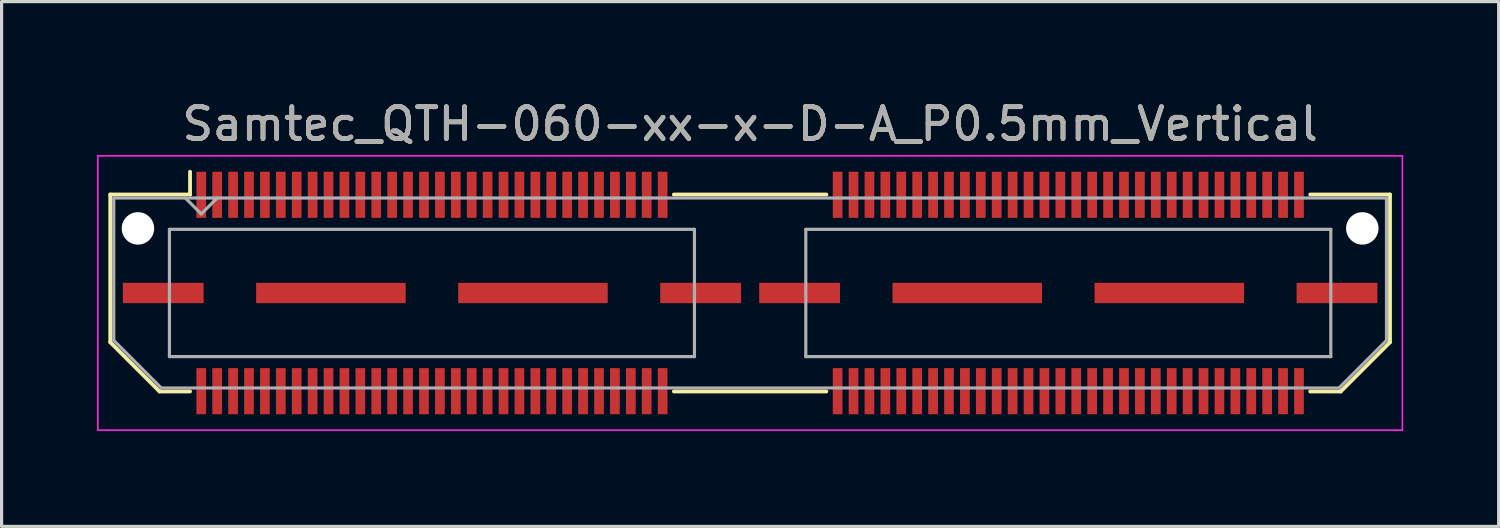
<source format=kicad_pcb>
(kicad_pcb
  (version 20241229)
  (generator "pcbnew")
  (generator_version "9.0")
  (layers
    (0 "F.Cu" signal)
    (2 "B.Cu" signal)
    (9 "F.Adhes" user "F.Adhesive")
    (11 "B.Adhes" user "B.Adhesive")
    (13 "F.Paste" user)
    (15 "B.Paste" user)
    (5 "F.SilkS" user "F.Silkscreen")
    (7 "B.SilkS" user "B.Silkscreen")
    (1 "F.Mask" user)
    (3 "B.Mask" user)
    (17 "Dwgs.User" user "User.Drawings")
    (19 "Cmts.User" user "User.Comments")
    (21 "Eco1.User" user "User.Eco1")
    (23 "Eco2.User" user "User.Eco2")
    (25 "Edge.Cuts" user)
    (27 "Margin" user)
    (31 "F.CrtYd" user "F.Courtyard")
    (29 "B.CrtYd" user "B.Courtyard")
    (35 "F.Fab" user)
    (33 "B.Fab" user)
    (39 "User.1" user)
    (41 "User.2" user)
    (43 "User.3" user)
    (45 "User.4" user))
  (footprint "Samtec_QTH-060-xx-x-D-A_P0.5mm_Vertical"
    (layer "F.Cu")
    (at 20.525 6.158)
    (property "Reference" "Samtec_QTH-060-xx-x-D-A_P0.5mm_Vertical" (at 0 -5.31 0) (layer "F.SilkS") (effects (font (size 1 1) (thickness 0.15))))
    (attr smd)
    (fp_line (start -20.11 -3.095) (end -20.11 1.548) (stroke (width 0.12) (type solid)) (layer "F.SilkS"))
    (fp_line (start -20.11 1.548) (end -18.562 3.095) (stroke (width 0.12) (type solid)) (layer "F.SilkS"))
    (fp_line (start -18.562 3.095) (end -17.602 3.095) (stroke (width 0.12) (type solid)) (layer "F.SilkS"))
    (fp_line (start -17.602 -3.811) (end -17.602 -3.095) (stroke (width 0.12) (type solid)) (layer "F.SilkS"))
    (fp_line (start -17.602 -3.095) (end -20.11 -3.095) (stroke (width 0.12) (type solid)) (layer "F.SilkS"))
    (fp_line (start -2.397 -3.095) (end 2.397 -3.095) (stroke (width 0.12) (type solid)) (layer "F.SilkS"))
    (fp_line (start -2.397 3.095) (end 2.397 3.095) (stroke (width 0.12) (type solid)) (layer "F.SilkS"))
    (fp_line (start 17.602 -3.095) (end 20.11 -3.095) (stroke (width 0.12) (type solid)) (layer "F.SilkS"))
    (fp_line (start 18.562 3.095) (end 17.602 3.095) (stroke (width 0.12) (type solid)) (layer "F.SilkS"))
    (fp_line (start 20.11 -3.095) (end 20.11 1.548) (stroke (width 0.12) (type solid)) (layer "F.SilkS"))
    (fp_line (start 20.11 1.548) (end 18.562 3.095) (stroke (width 0.12) (type solid)) (layer "F.SilkS"))
    (fp_line (start -20.5 -4.31) (end -20.5 4.31) (stroke (width 0.05) (type solid)) (layer "F.CrtYd"))
    (fp_line (start -20.5 4.31) (end 20.5 4.31) (stroke (width 0.05) (type solid)) (layer "F.CrtYd"))
    (fp_line (start 20.5 -4.31) (end -20.5 -4.31) (stroke (width 0.05) (type solid)) (layer "F.CrtYd"))
    (fp_line (start 20.5 4.31) (end 20.5 -4.31) (stroke (width 0.05) (type solid)) (layer "F.CrtYd"))
    (fp_line (start -20 -2.985) (end -20 1.492) (stroke (width 0.1) (type solid)) (layer "F.Fab"))
    (fp_line (start -20 -2.985) (end 20 -2.985) (stroke (width 0.1) (type solid)) (layer "F.Fab"))
    (fp_line (start -20 1.492) (end -18.508 2.985) (stroke (width 0.1) (type solid)) (layer "F.Fab"))
    (fp_line (start -18.508 2.985) (end 18.508 2.985) (stroke (width 0.1) (type solid)) (layer "F.Fab"))
    (fp_line (start -18.25 -2) (end -18.25 2) (stroke (width 0.1) (type solid)) (layer "F.Fab"))
    (fp_line (start -18.25 2) (end -1.75 2) (stroke (width 0.1) (type solid)) (layer "F.Fab"))
    (fp_line (start -17.25 -2.485) (end -17.75 -2.985) (stroke (width 0.1) (type solid)) (layer "F.Fab"))
    (fp_line (start -16.75 -2.985) (end -17.25 -2.485) (stroke (width 0.1) (type solid)) (layer "F.Fab"))
    (fp_line (start -1.75 -2) (end -18.25 -2) (stroke (width 0.1) (type solid)) (layer "F.Fab"))
    (fp_line (start -1.75 2) (end -1.75 -2) (stroke (width 0.1) (type solid)) (layer "F.Fab"))
    (fp_line (start 1.75 -2) (end 1.75 2) (stroke (width 0.1) (type solid)) (layer "F.Fab"))
    (fp_line (start 1.75 2) (end 18.25 2) (stroke (width 0.1) (type solid)) (layer "F.Fab"))
    (fp_line (start 18.25 -2) (end 1.75 -2) (stroke (width 0.1) (type solid)) (layer "F.Fab"))
    (fp_line (start 18.25 2) (end 18.25 -2) (stroke (width 0.1) (type solid)) (layer "F.Fab"))
    (fp_line (start 20 -2.985) (end 20 1.492) (stroke (width 0.1) (type solid)) (layer "F.Fab"))
    (fp_line (start 20 1.492) (end 18.508 2.985) (stroke (width 0.1) (type solid)) (layer "F.Fab"))
    (fp_text user "${REFERENCE}" (at 0 -5.31 0) (layer "F.Fab") (effects (font (size 1 1) (thickness 0.15))))
    (pad "" np_thru_hole circle (at -19.24 -2.03) (size 1.02 1.02) (drill 1.02) (layers "*.Cu" "*.Mask"))
    (pad "" np_thru_hole circle (at 19.24 -2.03) (size 1.02 1.02) (drill 1.02) (layers "*.Cu" "*.Mask"))
    (pad "1" smd rect (at -17.25 -3.086) (size 0.305 1.45) (layers "F.Cu" "F.Mask" "F.Paste"))
    (pad "2" smd rect (at -17.25 3.086) (size 0.305 1.45) (layers "F.Cu" "F.Mask" "F.Paste"))
    (pad "3" smd rect (at -16.75 -3.086) (size 0.305 1.45) (layers "F.Cu" "F.Mask" "F.Paste"))
    (pad "4" smd rect (at -16.75 3.086) (size 0.305 1.45) (layers "F.Cu" "F.Mask" "F.Paste"))
    (pad "5" smd rect (at -16.25 -3.086) (size 0.305 1.45) (layers "F.Cu" "F.Mask" "F.Paste"))
    (pad "6" smd rect (at -16.25 3.086) (size 0.305 1.45) (layers "F.Cu" "F.Mask" "F.Paste"))
    (pad "7" smd rect (at -15.75 -3.086) (size 0.305 1.45) (layers "F.Cu" "F.Mask" "F.Paste"))
    (pad "8" smd rect (at -15.75 3.086) (size 0.305 1.45) (layers "F.Cu" "F.Mask" "F.Paste"))
    (pad "9" smd rect (at -15.25 -3.086) (size 0.305 1.45) (layers "F.Cu" "F.Mask" "F.Paste"))
    (pad "10" smd rect (at -15.25 3.086) (size 0.305 1.45) (layers "F.Cu" "F.Mask" "F.Paste"))
    (pad "11" smd rect (at -14.75 -3.086) (size 0.305 1.45) (layers "F.Cu" "F.Mask" "F.Paste"))
    (pad "12" smd rect (at -14.75 3.086) (size 0.305 1.45) (layers "F.Cu" "F.Mask" "F.Paste"))
    (pad "13" smd rect (at -14.25 -3.086) (size 0.305 1.45) (layers "F.Cu" "F.Mask" "F.Paste"))
    (pad "14" smd rect (at -14.25 3.086) (size 0.305 1.45) (layers "F.Cu" "F.Mask" "F.Paste"))
    (pad "15" smd rect (at -13.75 -3.086) (size 0.305 1.45) (layers "F.Cu" "F.Mask" "F.Paste"))
    (pad "16" smd rect (at -13.75 3.086) (size 0.305 1.45) (layers "F.Cu" "F.Mask" "F.Paste"))
    (pad "17" smd rect (at -13.25 -3.086) (size 0.305 1.45) (layers "F.Cu" "F.Mask" "F.Paste"))
    (pad "18" smd rect (at -13.25 3.086) (size 0.305 1.45) (layers "F.Cu" "F.Mask" "F.Paste"))
    (pad "19" smd rect (at -12.75 -3.086) (size 0.305 1.45) (layers "F.Cu" "F.Mask" "F.Paste"))
    (pad "20" smd rect (at -12.75 3.086) (size 0.305 1.45) (layers "F.Cu" "F.Mask" "F.Paste"))
    (pad "21" smd rect (at -12.25 -3.086) (size 0.305 1.45) (layers "F.Cu" "F.Mask" "F.Paste"))
    (pad "22" smd rect (at -12.25 3.086) (size 0.305 1.45) (layers "F.Cu" "F.Mask" "F.Paste"))
    (pad "23" smd rect (at -11.75 -3.086) (size 0.305 1.45) (layers "F.Cu" "F.Mask" "F.Paste"))
    (pad "24" smd rect (at -11.75 3.086) (size 0.305 1.45) (layers "F.Cu" "F.Mask" "F.Paste"))
    (pad "25" smd rect (at -11.25 -3.086) (size 0.305 1.45) (layers "F.Cu" "F.Mask" "F.Paste"))
    (pad "26" smd rect (at -11.25 3.086) (size 0.305 1.45) (layers "F.Cu" "F.Mask" "F.Paste"))
    (pad "27" smd rect (at -10.75 -3.086) (size 0.305 1.45) (layers "F.Cu" "F.Mask" "F.Paste"))
    (pad "28" smd rect (at -10.75 3.086) (size 0.305 1.45) (layers "F.Cu" "F.Mask" "F.Paste"))
    (pad "29" smd rect (at -10.25 -3.086) (size 0.305 1.45) (layers "F.Cu" "F.Mask" "F.Paste"))
    (pad "30" smd rect (at -10.25 3.086) (size 0.305 1.45) (layers "F.Cu" "F.Mask" "F.Paste"))
    (pad "31" smd rect (at -9.75 -3.086) (size 0.305 1.45) (layers "F.Cu" "F.Mask" "F.Paste"))
    (pad "32" smd rect (at -9.75 3.086) (size 0.305 1.45) (layers "F.Cu" "F.Mask" "F.Paste"))
    (pad "33" smd rect (at -9.25 -3.086) (size 0.305 1.45) (layers "F.Cu" "F.Mask" "F.Paste"))
    (pad "34" smd rect (at -9.25 3.086) (size 0.305 1.45) (layers "F.Cu" "F.Mask" "F.Paste"))
    (pad "35" smd rect (at -8.75 -3.086) (size 0.305 1.45) (layers "F.Cu" "F.Mask" "F.Paste"))
    (pad "36" smd rect (at -8.75 3.086) (size 0.305 1.45) (layers "F.Cu" "F.Mask" "F.Paste"))
    (pad "37" smd rect (at -8.25 -3.086) (size 0.305 1.45) (layers "F.Cu" "F.Mask" "F.Paste"))
    (pad "38" smd rect (at -8.25 3.086) (size 0.305 1.45) (layers "F.Cu" "F.Mask" "F.Paste"))
    (pad "39" smd rect (at -7.75 -3.086) (size 0.305 1.45) (layers "F.Cu" "F.Mask" "F.Paste"))
    (pad "40" smd rect (at -7.75 3.086) (size 0.305 1.45) (layers "F.Cu" "F.Mask" "F.Paste"))
    (pad "41" smd rect (at -7.25 -3.086) (size 0.305 1.45) (layers "F.Cu" "F.Mask" "F.Paste"))
    (pad "42" smd rect (at -7.25 3.086) (size 0.305 1.45) (layers "F.Cu" "F.Mask" "F.Paste"))
    (pad "43" smd rect (at -6.75 -3.086) (size 0.305 1.45) (layers "F.Cu" "F.Mask" "F.Paste"))
    (pad "44" smd rect (at -6.75 3.086) (size 0.305 1.45) (layers "F.Cu" "F.Mask" "F.Paste"))
    (pad "45" smd rect (at -6.25 -3.086) (size 0.305 1.45) (layers "F.Cu" "F.Mask" "F.Paste"))
    (pad "46" smd rect (at -6.25 3.086) (size 0.305 1.45) (layers "F.Cu" "F.Mask" "F.Paste"))
    (pad "47" smd rect (at -5.75 -3.086) (size 0.305 1.45) (layers "F.Cu" "F.Mask" "F.Paste"))
    (pad "48" smd rect (at -5.75 3.086) (size 0.305 1.45) (layers "F.Cu" "F.Mask" "F.Paste"))
    (pad "49" smd rect (at -5.25 -3.086) (size 0.305 1.45) (layers "F.Cu" "F.Mask" "F.Paste"))
    (pad "50" smd rect (at -5.25 3.086) (size 0.305 1.45) (layers "F.Cu" "F.Mask" "F.Paste"))
    (pad "51" smd rect (at -4.75 -3.086) (size 0.305 1.45) (layers "F.Cu" "F.Mask" "F.Paste"))
    (pad "52" smd rect (at -4.75 3.086) (size 0.305 1.45) (layers "F.Cu" "F.Mask" "F.Paste"))
    (pad "53" smd rect (at -4.25 -3.086) (size 0.305 1.45) (layers "F.Cu" "F.Mask" "F.Paste"))
    (pad "54" smd rect (at -4.25 3.086) (size 0.305 1.45) (layers "F.Cu" "F.Mask" "F.Paste"))
    (pad "55" smd rect (at -3.75 -3.086) (size 0.305 1.45) (layers "F.Cu" "F.Mask" "F.Paste"))
    (pad "56" smd rect (at -3.75 3.086) (size 0.305 1.45) (layers "F.Cu" "F.Mask" "F.Paste"))
    (pad "57" smd rect (at -3.25 -3.086) (size 0.305 1.45) (layers "F.Cu" "F.Mask" "F.Paste"))
    (pad "58" smd rect (at -3.25 3.086) (size 0.305 1.45) (layers "F.Cu" "F.Mask" "F.Paste"))
    (pad "59" smd rect (at -2.75 -3.086) (size 0.305 1.45) (layers "F.Cu" "F.Mask" "F.Paste"))
    (pad "60" smd rect (at -2.75 3.086) (size 0.305 1.45) (layers "F.Cu" "F.Mask" "F.Paste"))
    (pad "61" smd rect (at 2.75 -3.086) (size 0.305 1.45) (layers "F.Cu" "F.Mask" "F.Paste"))
    (pad "62" smd rect (at 2.75 3.086) (size 0.305 1.45) (layers "F.Cu" "F.Mask" "F.Paste"))
    (pad "63" smd rect (at 3.25 -3.086) (size 0.305 1.45) (layers "F.Cu" "F.Mask" "F.Paste"))
    (pad "64" smd rect (at 3.25 3.086) (size 0.305 1.45) (layers "F.Cu" "F.Mask" "F.Paste"))
    (pad "65" smd rect (at 3.75 -3.086) (size 0.305 1.45) (layers "F.Cu" "F.Mask" "F.Paste"))
    (pad "66" smd rect (at 3.75 3.086) (size 0.305 1.45) (layers "F.Cu" "F.Mask" "F.Paste"))
    (pad "67" smd rect (at 4.25 -3.086) (size 0.305 1.45) (layers "F.Cu" "F.Mask" "F.Paste"))
    (pad "68" smd rect (at 4.25 3.086) (size 0.305 1.45) (layers "F.Cu" "F.Mask" "F.Paste"))
    (pad "69" smd rect (at 4.75 -3.086) (size 0.305 1.45) (layers "F.Cu" "F.Mask" "F.Paste"))
    (pad "70" smd rect (at 4.75 3.086) (size 0.305 1.45) (layers "F.Cu" "F.Mask" "F.Paste"))
    (pad "71" smd rect (at 5.25 -3.086) (size 0.305 1.45) (layers "F.Cu" "F.Mask" "F.Paste"))
    (pad "72" smd rect (at 5.25 3.086) (size 0.305 1.45) (layers "F.Cu" "F.Mask" "F.Paste"))
    (pad "73" smd rect (at 5.75 -3.086) (size 0.305 1.45) (layers "F.Cu" "F.Mask" "F.Paste"))
    (pad "74" smd rect (at 5.75 3.086) (size 0.305 1.45) (layers "F.Cu" "F.Mask" "F.Paste"))
    (pad "75" smd rect (at 6.25 -3.086) (size 0.305 1.45) (layers "F.Cu" "F.Mask" "F.Paste"))
    (pad "76" smd rect (at 6.25 3.086) (size 0.305 1.45) (layers "F.Cu" "F.Mask" "F.Paste"))
    (pad "77" smd rect (at 6.75 -3.086) (size 0.305 1.45) (layers "F.Cu" "F.Mask" "F.Paste"))
    (pad "78" smd rect (at 6.75 3.086) (size 0.305 1.45) (layers "F.Cu" "F.Mask" "F.Paste"))
    (pad "79" smd rect (at 7.25 -3.086) (size 0.305 1.45) (layers "F.Cu" "F.Mask" "F.Paste"))
    (pad "80" smd rect (at 7.25 3.086) (size 0.305 1.45) (layers "F.Cu" "F.Mask" "F.Paste"))
    (pad "81" smd rect (at 7.75 -3.086) (size 0.305 1.45) (layers "F.Cu" "F.Mask" "F.Paste"))
    (pad "82" smd rect (at 7.75 3.086) (size 0.305 1.45) (layers "F.Cu" "F.Mask" "F.Paste"))
    (pad "83" smd rect (at 8.25 -3.086) (size 0.305 1.45) (layers "F.Cu" "F.Mask" "F.Paste"))
    (pad "84" smd rect (at 8.25 3.086) (size 0.305 1.45) (layers "F.Cu" "F.Mask" "F.Paste"))
    (pad "85" smd rect (at 8.75 -3.086) (size 0.305 1.45) (layers "F.Cu" "F.Mask" "F.Paste"))
    (pad "86" smd rect (at 8.75 3.086) (size 0.305 1.45) (layers "F.Cu" "F.Mask" "F.Paste"))
    (pad "87" smd rect (at 9.25 -3.086) (size 0.305 1.45) (layers "F.Cu" "F.Mask" "F.Paste"))
    (pad "88" smd rect (at 9.25 3.086) (size 0.305 1.45) (layers "F.Cu" "F.Mask" "F.Paste"))
    (pad "89" smd rect (at 9.75 -3.086) (size 0.305 1.45) (layers "F.Cu" "F.Mask" "F.Paste"))
    (pad "90" smd rect (at 9.75 3.086) (size 0.305 1.45) (layers "F.Cu" "F.Mask" "F.Paste"))
    (pad "91" smd rect (at 10.25 -3.086) (size 0.305 1.45) (layers "F.Cu" "F.Mask" "F.Paste"))
    (pad "92" smd rect (at 10.25 3.086) (size 0.305 1.45) (layers "F.Cu" "F.Mask" "F.Paste"))
    (pad "93" smd rect (at 10.75 -3.086) (size 0.305 1.45) (layers "F.Cu" "F.Mask" "F.Paste"))
    (pad "94" smd rect (at 10.75 3.086) (size 0.305 1.45) (layers "F.Cu" "F.Mask" "F.Paste"))
    (pad "95" smd rect (at 11.25 -3.086) (size 0.305 1.45) (layers "F.Cu" "F.Mask" "F.Paste"))
    (pad "96" smd rect (at 11.25 3.086) (size 0.305 1.45) (layers "F.Cu" "F.Mask" "F.Paste"))
    (pad "97" smd rect (at 11.75 -3.086) (size 0.305 1.45) (layers "F.Cu" "F.Mask" "F.Paste"))
    (pad "98" smd rect (at 11.75 3.086) (size 0.305 1.45) (layers "F.Cu" "F.Mask" "F.Paste"))
    (pad "99" smd rect (at 12.25 -3.086) (size 0.305 1.45) (layers "F.Cu" "F.Mask" "F.Paste"))
    (pad "100" smd rect (at 12.25 3.086) (size 0.305 1.45) (layers "F.Cu" "F.Mask" "F.Paste"))
    (pad "101" smd rect (at 12.75 -3.086) (size 0.305 1.45) (layers "F.Cu" "F.Mask" "F.Paste"))
    (pad "102" smd rect (at 12.75 3.086) (size 0.305 1.45) (layers "F.Cu" "F.Mask" "F.Paste"))
    (pad "103" smd rect (at 13.25 -3.086) (size 0.305 1.45) (layers "F.Cu" "F.Mask" "F.Paste"))
    (pad "104" smd rect (at 13.25 3.086) (size 0.305 1.45) (layers "F.Cu" "F.Mask" "F.Paste"))
    (pad "105" smd rect (at 13.75 -3.086) (size 0.305 1.45) (layers "F.Cu" "F.Mask" "F.Paste"))
    (pad "106" smd rect (at 13.75 3.086) (size 0.305 1.45) (layers "F.Cu" "F.Mask" "F.Paste"))
    (pad "107" smd rect (at 14.25 -3.086) (size 0.305 1.45) (layers "F.Cu" "F.Mask" "F.Paste"))
    (pad "108" smd rect (at 14.25 3.086) (size 0.305 1.45) (layers "F.Cu" "F.Mask" "F.Paste"))
    (pad "109" smd rect (at 14.75 -3.086) (size 0.305 1.45) (layers "F.Cu" "F.Mask" "F.Paste"))
    (pad "110" smd rect (at 14.75 3.086) (size 0.305 1.45) (layers "F.Cu" "F.Mask" "F.Paste"))
    (pad "111" smd rect (at 15.25 -3.086) (size 0.305 1.45) (layers "F.Cu" "F.Mask" "F.Paste"))
    (pad "112" smd rect (at 15.25 3.086) (size 0.305 1.45) (layers "F.Cu" "F.Mask" "F.Paste"))
    (pad "113" smd rect (at 15.75 -3.086) (size 0.305 1.45) (layers "F.Cu" "F.Mask" "F.Paste"))
    (pad "114" smd rect (at 15.75 3.086) (size 0.305 1.45) (layers "F.Cu" "F.Mask" "F.Paste"))
    (pad "115" smd rect (at 16.25 -3.086) (size 0.305 1.45) (layers "F.Cu" "F.Mask" "F.Paste"))
    (pad "116" smd rect (at 16.25 3.086) (size 0.305 1.45) (layers "F.Cu" "F.Mask" "F.Paste"))
    (pad "117" smd rect (at 16.75 -3.086) (size 0.305 1.45) (layers "F.Cu" "F.Mask" "F.Paste"))
    (pad "118" smd rect (at 16.75 3.086) (size 0.305 1.45) (layers "F.Cu" "F.Mask" "F.Paste"))
    (pad "119" smd rect (at 17.25 -3.086) (size 0.305 1.45) (layers "F.Cu" "F.Mask" "F.Paste"))
    (pad "120" smd rect (at 17.25 3.086) (size 0.305 1.45) (layers "F.Cu" "F.Mask" "F.Paste"))
    (pad "P1" smd rect (at -18.445 0) (size 2.54 0.64) (layers "F.Cu" "F.Mask" "F.Paste"))
    (pad "P1" smd rect (at -13.175 0) (size 4.7 0.64) (layers "F.Cu" "F.Mask" "F.Paste"))
    (pad "P1" smd rect (at -6.825 0) (size 4.7 0.64) (layers "F.Cu" "F.Mask" "F.Paste"))
    (pad "P1" smd rect (at -1.555 0) (size 2.54 0.64) (layers "F.Cu" "F.Mask" "F.Paste"))
    (pad "P2" smd rect (at 1.555 0) (size 2.54 0.64) (layers "F.Cu" "F.Mask" "F.Paste"))
    (pad "P2" smd rect (at 6.825 0) (size 4.7 0.64) (layers "F.Cu" "F.Mask" "F.Paste"))
    (pad "P2" smd rect (at 13.175 0) (size 4.7 0.64) (layers "F.Cu" "F.Mask" "F.Paste"))
    (pad "P2" smd rect (at 18.445 0) (size 2.54 0.64) (layers "F.Cu" "F.Mask" "F.Paste")))
  (gr_rect
    (start -3 -3)
    (end 44.05 13.493)
    (stroke (width 0.1) (type default))
    (fill no)
    (layer "Edge.Cuts")))
</source>
